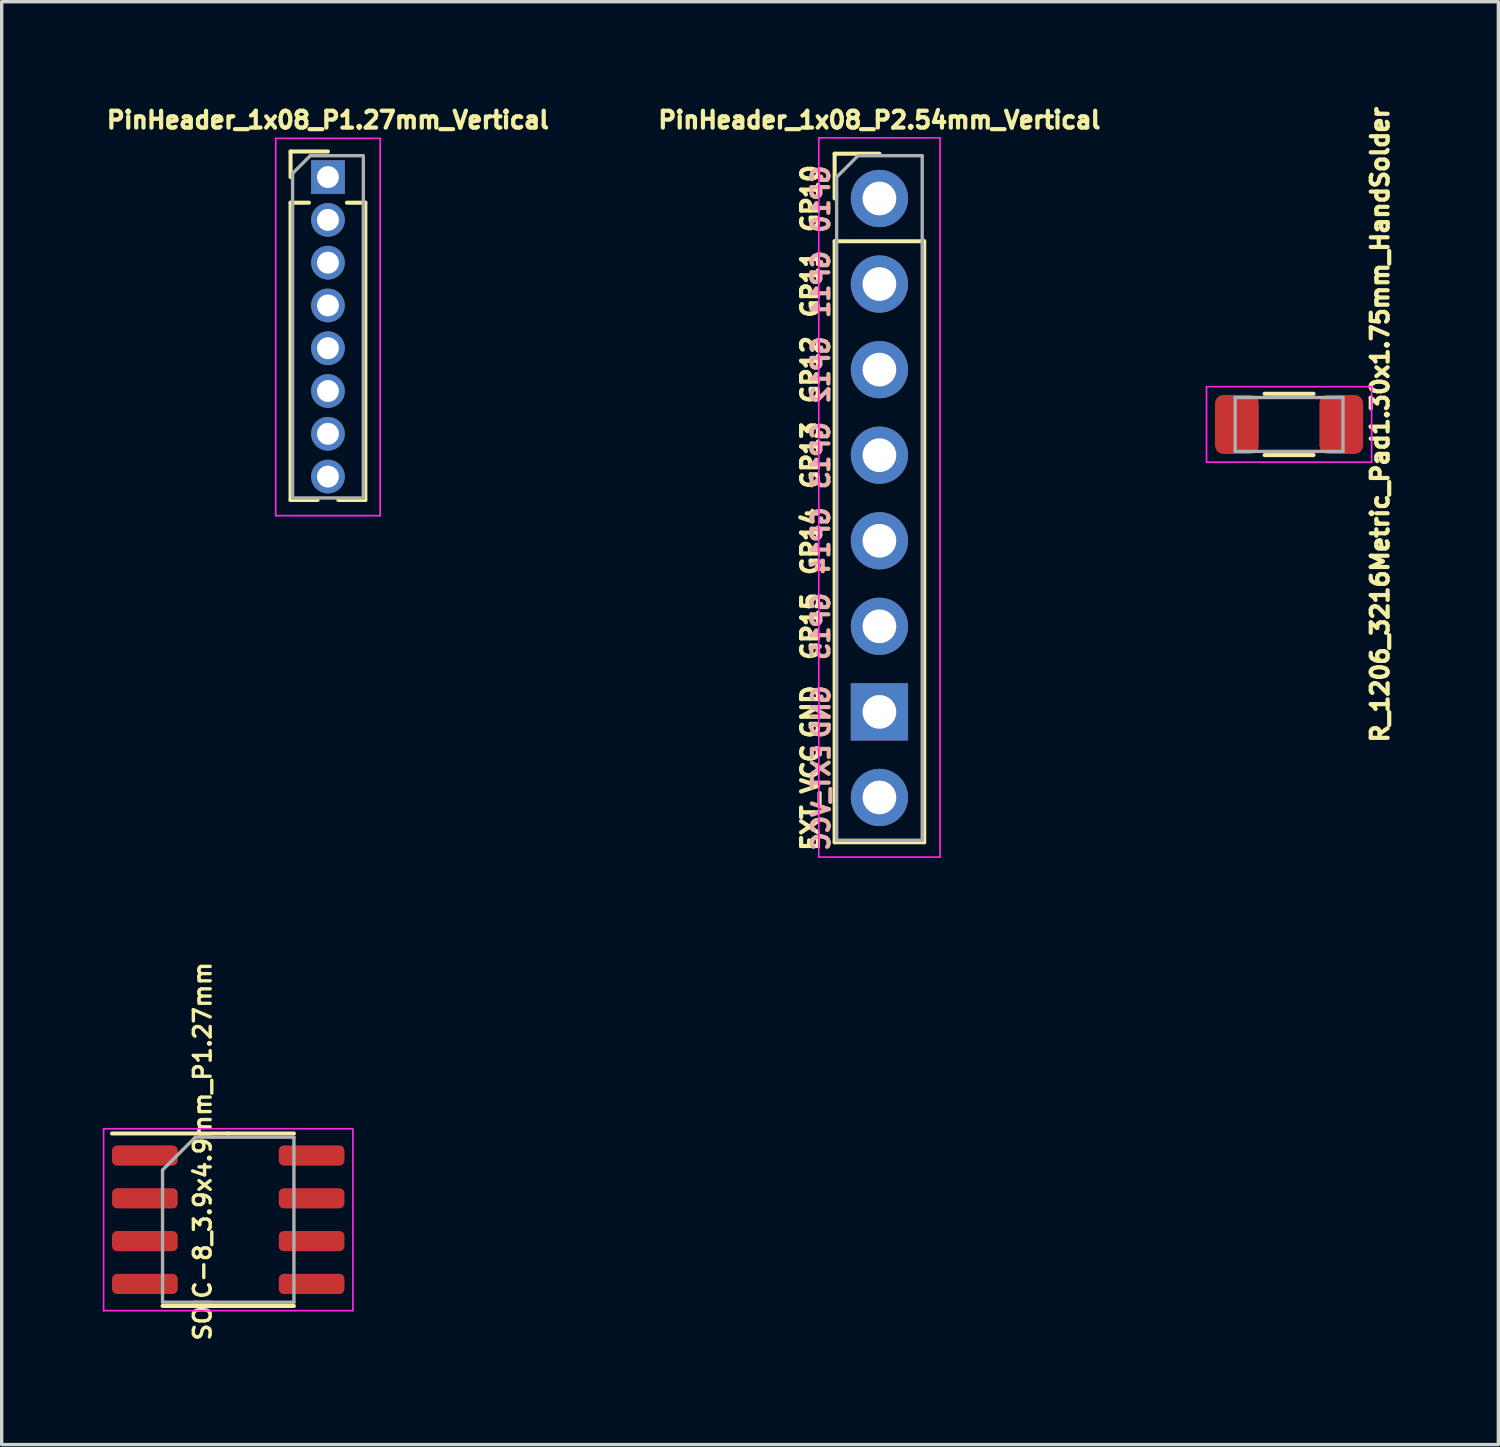
<source format=kicad_pcb>
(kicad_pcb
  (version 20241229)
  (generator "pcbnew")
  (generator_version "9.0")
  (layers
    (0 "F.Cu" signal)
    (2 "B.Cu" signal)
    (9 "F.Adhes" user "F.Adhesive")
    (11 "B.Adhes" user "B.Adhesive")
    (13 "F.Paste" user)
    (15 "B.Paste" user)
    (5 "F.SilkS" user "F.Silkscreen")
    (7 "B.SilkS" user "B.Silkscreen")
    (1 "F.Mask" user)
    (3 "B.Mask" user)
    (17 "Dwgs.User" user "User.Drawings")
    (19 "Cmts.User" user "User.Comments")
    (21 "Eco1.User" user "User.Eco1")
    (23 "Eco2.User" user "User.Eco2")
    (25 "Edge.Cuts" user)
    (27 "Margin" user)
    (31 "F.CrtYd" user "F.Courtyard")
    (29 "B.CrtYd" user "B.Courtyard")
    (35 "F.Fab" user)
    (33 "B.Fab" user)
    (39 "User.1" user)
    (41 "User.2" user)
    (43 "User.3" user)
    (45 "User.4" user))
  (footprint "R_1206_3216Metric_Pad1.30x1.75mm_HandSolder"
    (layer "F.Cu")
    (at 35.215 9.549)
    (property "Reference" "R_1206_3216Metric_Pad1.30x1.75mm_HandSolder" (at 2.7 0.005 90) (layer "F.SilkS") (effects (font (size 0.5 0.5) (thickness 0.15))))
    (attr smd)
    (fp_line (start -0.727 -0.91) (end 0.727 -0.91) (stroke (width 0.12) (type solid)) (layer "F.SilkS"))
    (fp_line (start -0.727 0.91) (end 0.727 0.91) (stroke (width 0.12) (type solid)) (layer "F.SilkS"))
    (fp_line (start -2.45 -1.12) (end 2.45 -1.12) (stroke (width 0.05) (type solid)) (layer "F.CrtYd"))
    (fp_line (start -2.45 1.12) (end -2.45 -1.12) (stroke (width 0.05) (type solid)) (layer "F.CrtYd"))
    (fp_line (start 2.45 -1.12) (end 2.45 1.12) (stroke (width 0.05) (type solid)) (layer "F.CrtYd"))
    (fp_line (start 2.45 1.12) (end -2.45 1.12) (stroke (width 0.05) (type solid)) (layer "F.CrtYd"))
    (fp_line (start -1.6 -0.8) (end 1.6 -0.8) (stroke (width 0.1) (type solid)) (layer "F.Fab"))
    (fp_line (start -1.6 0.8) (end -1.6 -0.8) (stroke (width 0.1) (type solid)) (layer "F.Fab"))
    (fp_line (start 1.6 -0.8) (end 1.6 0.8) (stroke (width 0.1) (type solid)) (layer "F.Fab"))
    (fp_line (start 1.6 0.8) (end -1.6 0.8) (stroke (width 0.1) (type solid)) (layer "F.Fab"))
    (pad "1" smd roundrect (at -1.55 0 180) (size 1.3 1.75) (layers "F.Cu" "F.Mask" "F.Paste") (roundrect_rratio 0.192))
    (pad "2" smd roundrect (at 1.55 0 180) (size 1.3 1.75) (layers "F.Cu" "F.Mask" "F.Paste") (roundrect_rratio 0.192)))
  (footprint "SOIC-8_3.9x4.9mm_P1.27mm"
    (layer "F.Cu")
    (at 3.725 33.156)
    (property "Reference" "SOIC-8_3.9x4.9mm_P1.27mm" (at -0.762 -2.032 270) (layer "F.SilkS") (effects (font (size 0.5 0.5) (thickness 0.1))))
    (attr smd)
    (fp_line (start 0 -2.56) (end -3.45 -2.56) (stroke (width 0.12) (type solid)) (layer "F.SilkS"))
    (fp_line (start 0 -2.56) (end 1.95 -2.56) (stroke (width 0.12) (type solid)) (layer "F.SilkS"))
    (fp_line (start 0 2.56) (end -1.95 2.56) (stroke (width 0.12) (type solid)) (layer "F.SilkS"))
    (fp_line (start 0 2.56) (end 1.95 2.56) (stroke (width 0.12) (type solid)) (layer "F.SilkS"))
    (fp_line (start -3.7 -2.7) (end -3.7 2.7) (stroke (width 0.05) (type solid)) (layer "F.CrtYd"))
    (fp_line (start -3.7 2.7) (end 3.7 2.7) (stroke (width 0.05) (type solid)) (layer "F.CrtYd"))
    (fp_line (start 3.7 -2.7) (end -3.7 -2.7) (stroke (width 0.05) (type solid)) (layer "F.CrtYd"))
    (fp_line (start 3.7 2.7) (end 3.7 -2.7) (stroke (width 0.05) (type solid)) (layer "F.CrtYd"))
    (fp_line (start -1.95 -1.475) (end -0.975 -2.45) (stroke (width 0.1) (type solid)) (layer "F.Fab"))
    (fp_line (start -1.95 2.45) (end -1.95 -1.475) (stroke (width 0.1) (type solid)) (layer "F.Fab"))
    (fp_line (start -0.975 -2.45) (end 1.95 -2.45) (stroke (width 0.1) (type solid)) (layer "F.Fab"))
    (fp_line (start 1.95 -2.45) (end 1.95 2.45) (stroke (width 0.1) (type solid)) (layer "F.Fab"))
    (fp_line (start 1.95 2.45) (end -1.95 2.45) (stroke (width 0.1) (type solid)) (layer "F.Fab"))
    (pad "1" smd roundrect (at -2.475 -1.905) (size 1.95 0.6) (layers "F.Cu" "F.Mask" "F.Paste") (roundrect_rratio 0.25))
    (pad "2" smd roundrect (at -2.475 -0.635) (size 1.95 0.6) (layers "F.Cu" "F.Mask" "F.Paste") (roundrect_rratio 0.25))
    (pad "3" smd roundrect (at -2.475 0.635) (size 1.95 0.6) (layers "F.Cu" "F.Mask" "F.Paste") (roundrect_rratio 0.25))
    (pad "4" smd roundrect (at -2.475 1.905) (size 1.95 0.6) (layers "F.Cu" "F.Mask" "F.Paste") (roundrect_rratio 0.25))
    (pad "5" smd roundrect (at 2.475 1.905) (size 1.95 0.6) (layers "F.Cu" "F.Mask" "F.Paste") (roundrect_rratio 0.25))
    (pad "6" smd roundrect (at 2.475 0.635) (size 1.95 0.6) (layers "F.Cu" "F.Mask" "F.Paste") (roundrect_rratio 0.25))
    (pad "7" smd roundrect (at 2.475 -0.635) (size 1.95 0.6) (layers "F.Cu" "F.Mask" "F.Paste") (roundrect_rratio 0.25))
    (pad "8" smd roundrect (at 2.475 -1.905) (size 1.95 0.6) (layers "F.Cu" "F.Mask" "F.Paste") (roundrect_rratio 0.25)))
  (footprint "PinHeader_1x08_P2.54mm_Vertical"
    (layer "F.Cu")
    (at 23.055 2.842)
    (property "Reference" "PinHeader_1x08_P2.54mm_Vertical" (at 0 -2.33 0) (layer "F.SilkS") (effects (font (size 0.5 0.5) (thickness 0.15))))
    (attr through_hole)
    (fp_line (start -1.33 -1.33) (end 0 -1.33) (stroke (width 0.12) (type solid)) (layer "F.SilkS"))
    (fp_line (start -1.33 0) (end -1.33 -1.33) (stroke (width 0.12) (type solid)) (layer "F.SilkS"))
    (fp_line (start -1.33 1.27) (end -1.33 19.11) (stroke (width 0.12) (type solid)) (layer "F.SilkS"))
    (fp_line (start -1.33 1.27) (end 1.33 1.27) (stroke (width 0.12) (type solid)) (layer "F.SilkS"))
    (fp_line (start -1.33 19.11) (end 1.33 19.11) (stroke (width 0.12) (type solid)) (layer "F.SilkS"))
    (fp_line (start 1.33 1.27) (end 1.33 19.11) (stroke (width 0.12) (type solid)) (layer "F.SilkS"))
    (fp_line (start -1.8 -1.8) (end -1.8 19.55) (stroke (width 0.05) (type solid)) (layer "F.CrtYd"))
    (fp_line (start -1.8 19.55) (end 1.8 19.55) (stroke (width 0.05) (type solid)) (layer "F.CrtYd"))
    (fp_line (start 1.8 -1.8) (end -1.8 -1.8) (stroke (width 0.05) (type solid)) (layer "F.CrtYd"))
    (fp_line (start 1.8 19.55) (end 1.8 -1.8) (stroke (width 0.05) (type solid)) (layer "F.CrtYd"))
    (fp_line (start -1.27 -0.635) (end -0.635 -1.27) (stroke (width 0.1) (type solid)) (layer "F.Fab"))
    (fp_line (start -1.27 19.05) (end -1.27 -0.635) (stroke (width 0.1) (type solid)) (layer "F.Fab"))
    (fp_line (start -0.635 -1.27) (end 1.27 -1.27) (stroke (width 0.1) (type solid)) (layer "F.Fab"))
    (fp_line (start 1.27 -1.27) (end 1.27 19.05) (stroke (width 0.1) (type solid)) (layer "F.Fab"))
    (fp_line (start 1.27 19.05) (end -1.27 19.05) (stroke (width 0.1) (type solid)) (layer "F.Fab"))
    (fp_text user "GP10" (at -2.05 0 90) (unlocked yes) (layer "F.SilkS") (effects (font (size 0.5 0.5) (thickness 0.15))))
    (fp_text user "GP12" (at -2.05 5.08 90) (unlocked yes) (layer "F.SilkS") (effects (font (size 0.5 0.5) (thickness 0.15))))
    (fp_text user "GP11" (at -2.05 2.54 90) (unlocked yes) (layer "F.SilkS") (effects (font (size 0.5 0.5) (thickness 0.15))))
    (fp_text user "GP15" (at -2.05 12.7 90) (unlocked yes) (layer "F.SilkS") (effects (font (size 0.5 0.5) (thickness 0.15))))
    (fp_text user "GND" (at -2.05 15.24 90) (unlocked yes) (layer "F.SilkS") (effects (font (size 0.5 0.5) (thickness 0.15))))
    (fp_text user "GP14" (at -2.05 10.18 90) (unlocked yes) (layer "F.SilkS") (effects (font (size 0.5 0.5) (thickness 0.15))))
    (fp_text user "EXT_VCC" (at -2.05 17.78 90) (unlocked yes) (layer "F.SilkS") (effects (font (size 0.5 0.5) (thickness 0.15))))
    (fp_text user "GP13" (at -2.05 7.62 90) (unlocked yes) (layer "F.SilkS") (effects (font (size 0.5 0.5) (thickness 0.15))))
    (fp_text user "GP11" (at -1.74 2.55 90) (unlocked yes) (layer "B.SilkS") (effects (font (size 0.5 0.5) (thickness 0.15)) (justify mirror)))
    (fp_text user "GP15" (at -1.74 12.7 90) (unlocked yes) (layer "B.SilkS") (effects (font (size 0.5 0.5) (thickness 0.15)) (justify mirror)))
    (fp_text user "GP14" (at -1.74 10.16 90) (unlocked yes) (layer "B.SilkS") (effects (font (size 0.5 0.5) (thickness 0.15)) (justify mirror)))
    (fp_text user "EXT_VCC" (at -1.73 17.78 90) (unlocked yes) (layer "B.SilkS") (effects (font (size 0.5 0.5) (thickness 0.15)) (justify mirror)))
    (fp_text user "GP12" (at -1.74 5.09 90) (unlocked yes) (layer "B.SilkS") (effects (font (size 0.5 0.5) (thickness 0.15)) (justify mirror)))
    (fp_text user "GP13" (at -1.74 7.63 90) (unlocked yes) (layer "B.SilkS") (effects (font (size 0.5 0.5) (thickness 0.15)) (justify mirror)))
    (fp_text user "GP10" (at -1.74 0.02 90) (unlocked yes) (layer "B.SilkS") (effects (font (size 0.5 0.5) (thickness 0.15)) (justify mirror)))
    (fp_text user "GND" (at -1.73 15.24 90) (unlocked yes) (layer "B.SilkS") (effects (font (size 0.5 0.5) (thickness 0.15)) (justify mirror)))
    (pad "1" thru_hole oval (at 0 0 180) (size 1.7 1.7) (drill 1) (layers "*.Cu" "*.Mask"))
    (pad "2" thru_hole oval (at 0 2.54 180) (size 1.7 1.7) (drill 1) (layers "*.Cu" "*.Mask"))
    (pad "3" thru_hole oval (at 0 5.08 180) (size 1.7 1.7) (drill 1) (layers "*.Cu" "*.Mask"))
    (pad "4" thru_hole oval (at 0 7.62 180) (size 1.7 1.7) (drill 1) (layers "*.Cu" "*.Mask"))
    (pad "5" thru_hole oval (at 0 10.16 180) (size 1.7 1.7) (drill 1) (layers "*.Cu" "*.Mask"))
    (pad "6" thru_hole oval (at 0 12.7 180) (size 1.7 1.7) (drill 1) (layers "*.Cu" "*.Mask"))
    (pad "7" thru_hole rect (at 0 15.24 180) (size 1.7 1.7) (drill 1) (layers "*.Cu" "*.Mask"))
    (pad "8" thru_hole oval (at 0 17.78 180) (size 1.7 1.7) (drill 1) (layers "*.Cu" "*.Mask")))
  (footprint "PinHeader_1x08_P1.27mm_Vertical"
    (layer "F.Cu")
    (at 6.685 2.207)
    (property "Reference" "PinHeader_1x08_P1.27mm_Vertical" (at 0 -1.695 0) (layer "F.SilkS") (effects (font (size 0.5 0.5) (thickness 0.15))))
    (attr through_hole)
    (fp_line (start -1.11 -0.76) (end 0 -0.76) (stroke (width 0.12) (type solid)) (layer "F.SilkS"))
    (fp_line (start -1.11 0) (end -1.11 -0.76) (stroke (width 0.12) (type solid)) (layer "F.SilkS"))
    (fp_line (start -1.11 0.76) (end -1.11 9.585) (stroke (width 0.12) (type solid)) (layer "F.SilkS"))
    (fp_line (start -1.11 0.76) (end -0.563 0.76) (stroke (width 0.12) (type solid)) (layer "F.SilkS"))
    (fp_line (start -1.11 9.585) (end -0.308 9.585) (stroke (width 0.12) (type solid)) (layer "F.SilkS"))
    (fp_line (start 0.308 9.585) (end 1.11 9.585) (stroke (width 0.12) (type solid)) (layer "F.SilkS"))
    (fp_line (start 0.563 0.76) (end 1.11 0.76) (stroke (width 0.12) (type solid)) (layer "F.SilkS"))
    (fp_line (start 1.11 0.76) (end 1.11 9.585) (stroke (width 0.12) (type solid)) (layer "F.SilkS"))
    (fp_line (start -1.55 -1.15) (end -1.55 10.05) (stroke (width 0.05) (type solid)) (layer "F.CrtYd"))
    (fp_line (start -1.55 10.05) (end 1.55 10.05) (stroke (width 0.05) (type solid)) (layer "F.CrtYd"))
    (fp_line (start 1.55 -1.15) (end -1.55 -1.15) (stroke (width 0.05) (type solid)) (layer "F.CrtYd"))
    (fp_line (start 1.55 10.05) (end 1.55 -1.15) (stroke (width 0.05) (type solid)) (layer "F.CrtYd"))
    (fp_line (start -1.05 -0.11) (end -0.525 -0.635) (stroke (width 0.1) (type solid)) (layer "F.Fab"))
    (fp_line (start -1.05 9.525) (end -1.05 -0.11) (stroke (width 0.1) (type solid)) (layer "F.Fab"))
    (fp_line (start -0.525 -0.635) (end 1.05 -0.635) (stroke (width 0.1) (type solid)) (layer "F.Fab"))
    (fp_line (start 1.05 -0.635) (end 1.05 9.525) (stroke (width 0.1) (type solid)) (layer "F.Fab"))
    (fp_line (start 1.05 9.525) (end -1.05 9.525) (stroke (width 0.1) (type solid)) (layer "F.Fab"))
    (pad "1" thru_hole rect (at 0 0) (size 1 1) (drill 0.65) (layers "*.Cu" "*.Mask"))
    (pad "2" thru_hole oval (at 0 1.27) (size 1 1) (drill 0.65) (layers "*.Cu" "*.Mask"))
    (pad "3" thru_hole oval (at 0 2.54) (size 1 1) (drill 0.65) (layers "*.Cu" "*.Mask"))
    (pad "4" thru_hole oval (at 0 3.81) (size 1 1) (drill 0.65) (layers "*.Cu" "*.Mask"))
    (pad "5" thru_hole oval (at 0 5.08) (size 1 1) (drill 0.65) (layers "*.Cu" "*.Mask"))
    (pad "6" thru_hole oval (at 0 6.35) (size 1 1) (drill 0.65) (layers "*.Cu" "*.Mask"))
    (pad "7" thru_hole oval (at 0 7.62) (size 1 1) (drill 0.65) (layers "*.Cu" "*.Mask"))
    (pad "8" thru_hole oval (at 0 8.89) (size 1 1) (drill 0.65) (layers "*.Cu" "*.Mask")))
  (gr_rect
    (start -3 -3)
    (end 41.427 39.831)
    (stroke (width 0.1) (type default))
    (fill no)
    (layer "Edge.Cuts")))
</source>
